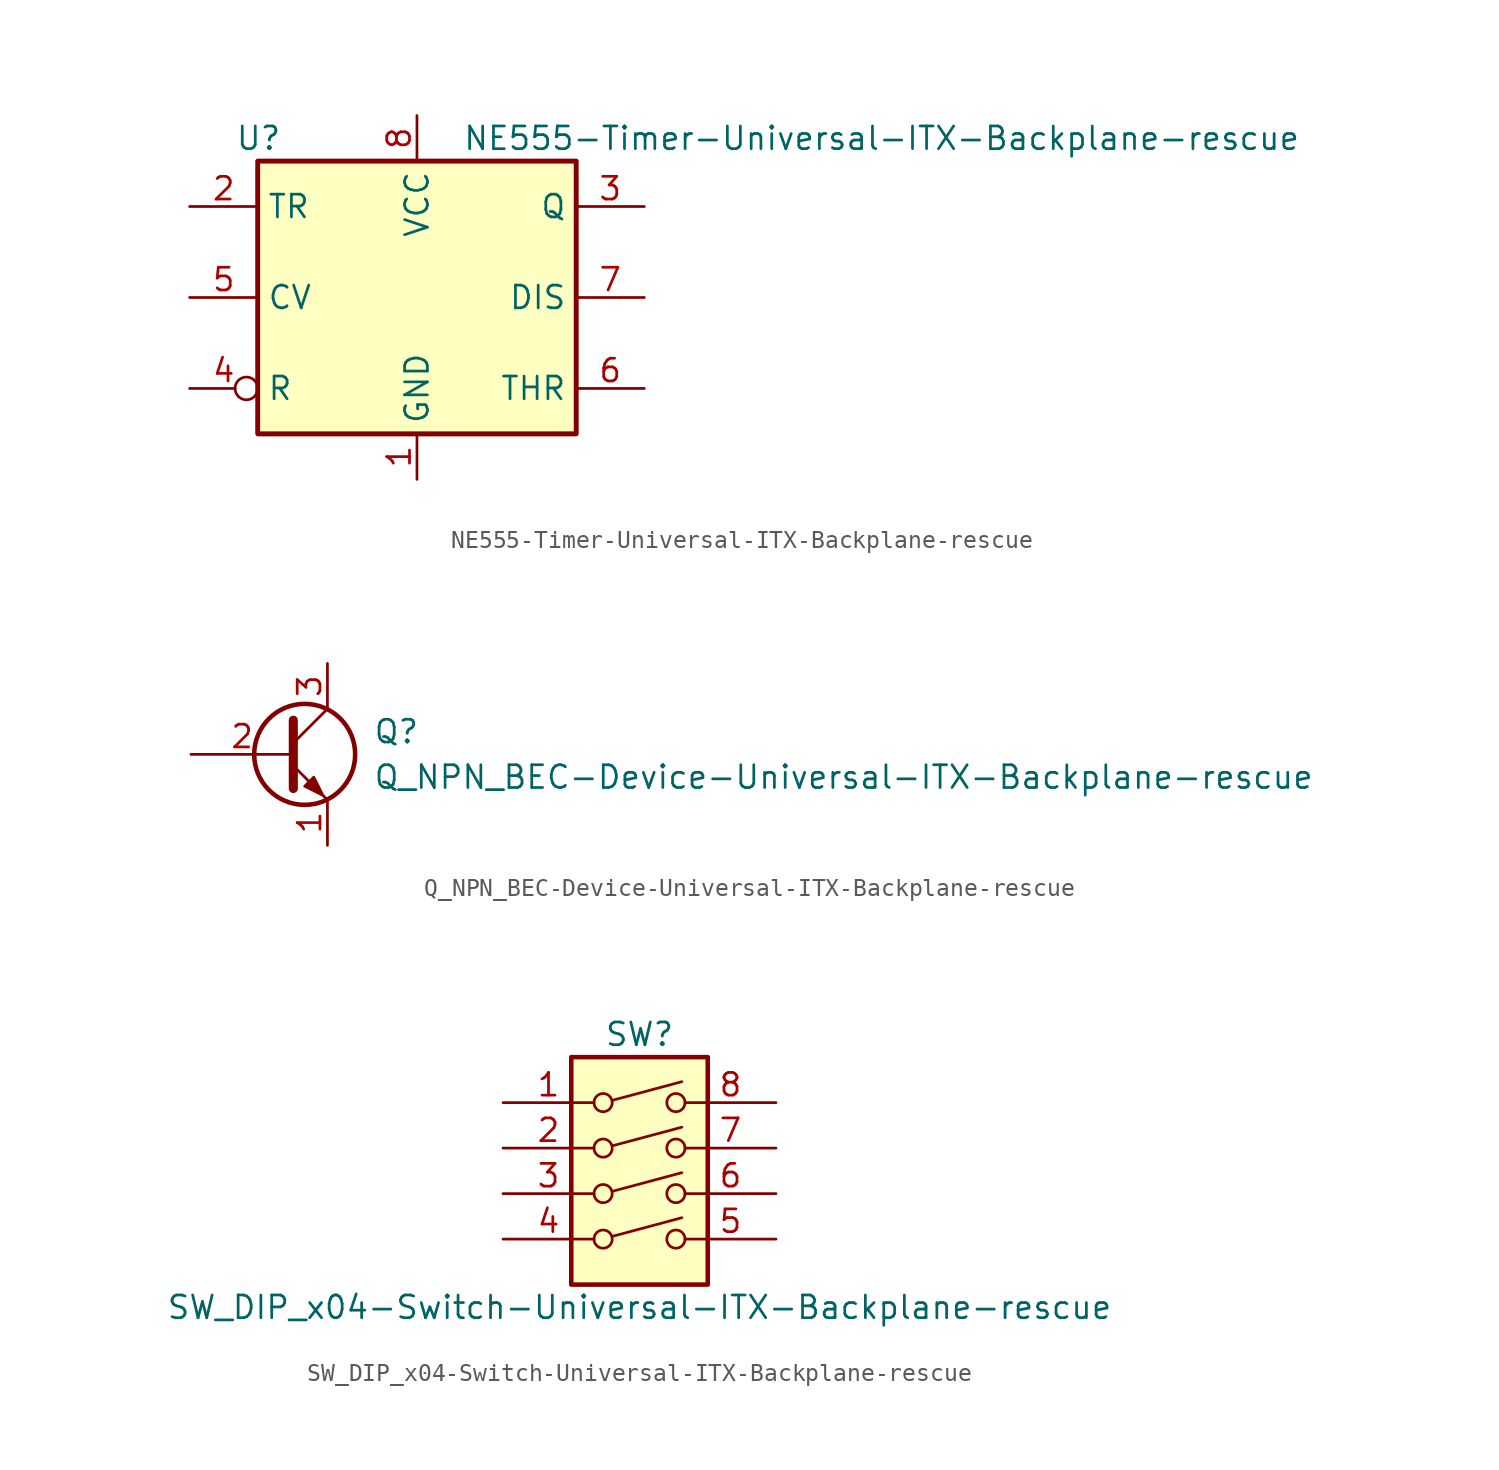
<source format=kicad_sym>
(kicad_symbol_lib
  (version 20211014)
  (generator kicad_symbol_editor)
  (symbol "NE555-Timer-Universal-ITX-Backplane-rescue"
    (property "Reference" "U"
      (at -10.16 8.89 0)
      (effects (font (size 1.27 1.27)) (justify left)))
    (property "Value" "NE555-Timer-Universal-ITX-Backplane-rescue"
      (at 2.54 8.89 0)
      (effects (font (size 1.27 1.27)) (justify left)))
    (symbol "NE555-Timer-Universal-ITX-Backplane-rescue_0_0"
      (pin power_in line (at 0 -10.16 90) (length 2.54) (name "GND" (effects (font (size 1.27 1.27)))) (number "1" (effects (font (size 1.27 1.27)))))
      (pin power_in line (at 0 10.16 270) (length 2.54) (name "VCC" (effects (font (size 1.27 1.27)))) (number "8" (effects (font (size 1.27 1.27))))))
    (symbol "NE555-Timer-Universal-ITX-Backplane-rescue_0_1"
      (rectangle (start -8.89 -7.62) (end 8.89 7.62) (stroke (width 0.254) (type default) (color 0 0 0 0)) (fill (type background)))
      (rectangle (start -8.89 -7.62) (end 8.89 7.62) (stroke (width 0.254) (type default) (color 0 0 0 0)) (fill (type background))))
    (symbol "NE555-Timer-Universal-ITX-Backplane-rescue_1_1"
      (pin input line (at -12.7 5.08 0) (length 3.81) (name "TR" (effects (font (size 1.27 1.27)))) (number "2" (effects (font (size 1.27 1.27)))))
      (pin output line (at 12.7 5.08 180) (length 3.81) (name "Q" (effects (font (size 1.27 1.27)))) (number "3" (effects (font (size 1.27 1.27)))))
      (pin input inverted (at -12.7 -5.08 0) (length 3.81) (name "R" (effects (font (size 1.27 1.27)))) (number "4" (effects (font (size 1.27 1.27)))))
      (pin input line (at -12.7 0 0) (length 3.81) (name "CV" (effects (font (size 1.27 1.27)))) (number "5" (effects (font (size 1.27 1.27)))))
      (pin input line (at 12.7 -5.08 180) (length 3.81) (name "THR" (effects (font (size 1.27 1.27)))) (number "6" (effects (font (size 1.27 1.27)))))
      (pin input line (at 12.7 0 180) (length 3.81) (name "DIS" (effects (font (size 1.27 1.27)))) (number "7" (effects (font (size 1.27 1.27)))))))
  (symbol "Q_NPN_BEC-Device-Universal-ITX-Backplane-rescue"
    (pin_names
      (offset 0) hide)
    (property "Reference" "Q"
      (at 5.08 1.27 0)
      (effects (font (size 1.27 1.27)) (justify left)))
    (property "Value" "Q_NPN_BEC-Device-Universal-ITX-Backplane-rescue"
      (at 5.08 -1.27 0)
      (effects (font (size 1.27 1.27)) (justify left)))
    (symbol "Q_NPN_BEC-Device-Universal-ITX-Backplane-rescue_0_1"
      (polyline (pts (xy 0.635 0.635) (xy 2.54 2.54)) (stroke (width 0) (type default) (color 0 0 0 0)) (fill (type none)))
      (polyline (pts (xy 0.635 -0.635) (xy 2.54 -2.54) (xy 2.54 -2.54)) (stroke (width 0) (type default) (color 0 0 0 0)) (fill (type none)))
      (polyline (pts (xy 0.635 1.905) (xy 0.635 -1.905) (xy 0.635 -1.905)) (stroke (width 0.508) (type default) (color 0 0 0 0)) (fill (type none)))
      (polyline (pts (xy 1.27 -1.778) (xy 1.778 -1.27) (xy 2.286 -2.286) (xy 1.27 -1.778) (xy 1.27 -1.778)) (stroke (width 0) (type default) (color 0 0 0 0)) (fill (type outline)))
      (circle (center 1.27 0) (radius 2.819) (stroke (width 0.254) (type default) (color 0 0 0 0)) (fill (type none))))
    (symbol "Q_NPN_BEC-Device-Universal-ITX-Backplane-rescue_1_1"
      (pin passive line (at 2.54 -5.08 90) (length 2.54) (name "E" (effects (font (size 1.27 1.27)))) (number "1" (effects (font (size 1.27 1.27)))))
      (pin input line (at -5.08 0 0) (length 5.715) (name "B" (effects (font (size 1.27 1.27)))) (number "2" (effects (font (size 1.27 1.27)))))
      (pin passive line (at 2.54 5.08 270) (length 2.54) (name "C" (effects (font (size 1.27 1.27)))) (number "3" (effects (font (size 1.27 1.27)))))))
  (symbol "SW_DIP_x04-Switch-Universal-ITX-Backplane-rescue"
    (pin_names
      (offset 0) hide)
    (property "Reference" "SW"
      (at 0 8.89 0)
      (effects (font (size 1.27 1.27))))
    (property "Value" "SW_DIP_x04-Switch-Universal-ITX-Backplane-rescue"
      (at 0 -6.35 0)
      (effects (font (size 1.27 1.27))))
    (symbol "SW_DIP_x04-Switch-Universal-ITX-Backplane-rescue_0_0"
      (circle (center -2.032 -2.54) (radius 0.508) (stroke (width 0) (type default) (color 0 0 0 0)) (fill (type none)))
      (circle (center -2.032 0) (radius 0.508) (stroke (width 0) (type default) (color 0 0 0 0)) (fill (type none)))
      (circle (center -2.032 2.54) (radius 0.508) (stroke (width 0) (type default) (color 0 0 0 0)) (fill (type none)))
      (circle (center -2.032 5.08) (radius 0.508) (stroke (width 0) (type default) (color 0 0 0 0)) (fill (type none)))
      (polyline (pts (xy -1.524 -2.388) (xy 2.362 -1.346)) (stroke (width 0) (type default) (color 0 0 0 0)) (fill (type none)))
      (polyline (pts (xy -1.524 0.127) (xy 2.362 1.168)) (stroke (width 0) (type default) (color 0 0 0 0)) (fill (type none)))
      (polyline (pts (xy -1.524 2.667) (xy 2.362 3.708)) (stroke (width 0) (type default) (color 0 0 0 0)) (fill (type none)))
      (polyline (pts (xy -1.524 5.207) (xy 2.362 6.248)) (stroke (width 0) (type default) (color 0 0 0 0)) (fill (type none)))
      (circle (center 2.032 -2.54) (radius 0.508) (stroke (width 0) (type default) (color 0 0 0 0)) (fill (type none)))
      (circle (center 2.032 0) (radius 0.508) (stroke (width 0) (type default) (color 0 0 0 0)) (fill (type none)))
      (circle (center 2.032 2.54) (radius 0.508) (stroke (width 0) (type default) (color 0 0 0 0)) (fill (type none)))
      (circle (center 2.032 5.08) (radius 0.508) (stroke (width 0) (type default) (color 0 0 0 0)) (fill (type none))))
    (symbol "SW_DIP_x04-Switch-Universal-ITX-Backplane-rescue_0_1"
      (rectangle (start -3.81 7.62) (end 3.81 -5.08) (stroke (width 0.254) (type default) (color 0 0 0 0)) (fill (type background))))
    (symbol "SW_DIP_x04-Switch-Universal-ITX-Backplane-rescue_1_1"
      (pin passive line (at -7.62 5.08 0) (length 5.08) (name "~" (effects (font (size 1.27 1.27)))) (number "1" (effects (font (size 1.27 1.27)))))
      (pin passive line (at -7.62 2.54 0) (length 5.08) (name "~" (effects (font (size 1.27 1.27)))) (number "2" (effects (font (size 1.27 1.27)))))
      (pin passive line (at -7.62 0 0) (length 5.08) (name "~" (effects (font (size 1.27 1.27)))) (number "3" (effects (font (size 1.27 1.27)))))
      (pin passive line (at -7.62 -2.54 0) (length 5.08) (name "~" (effects (font (size 1.27 1.27)))) (number "4" (effects (font (size 1.27 1.27)))))
      (pin passive line (at 7.62 -2.54 180) (length 5.08) (name "~" (effects (font (size 1.27 1.27)))) (number "5" (effects (font (size 1.27 1.27)))))
      (pin passive line (at 7.62 0 180) (length 5.08) (name "~" (effects (font (size 1.27 1.27)))) (number "6" (effects (font (size 1.27 1.27)))))
      (pin passive line (at 7.62 2.54 180) (length 5.08) (name "~" (effects (font (size 1.27 1.27)))) (number "7" (effects (font (size 1.27 1.27)))))
      (pin passive line (at 7.62 5.08 180) (length 5.08) (name "~" (effects (font (size 1.27 1.27)))) (number "8" (effects (font (size 1.27 1.27))))))))
</source>
